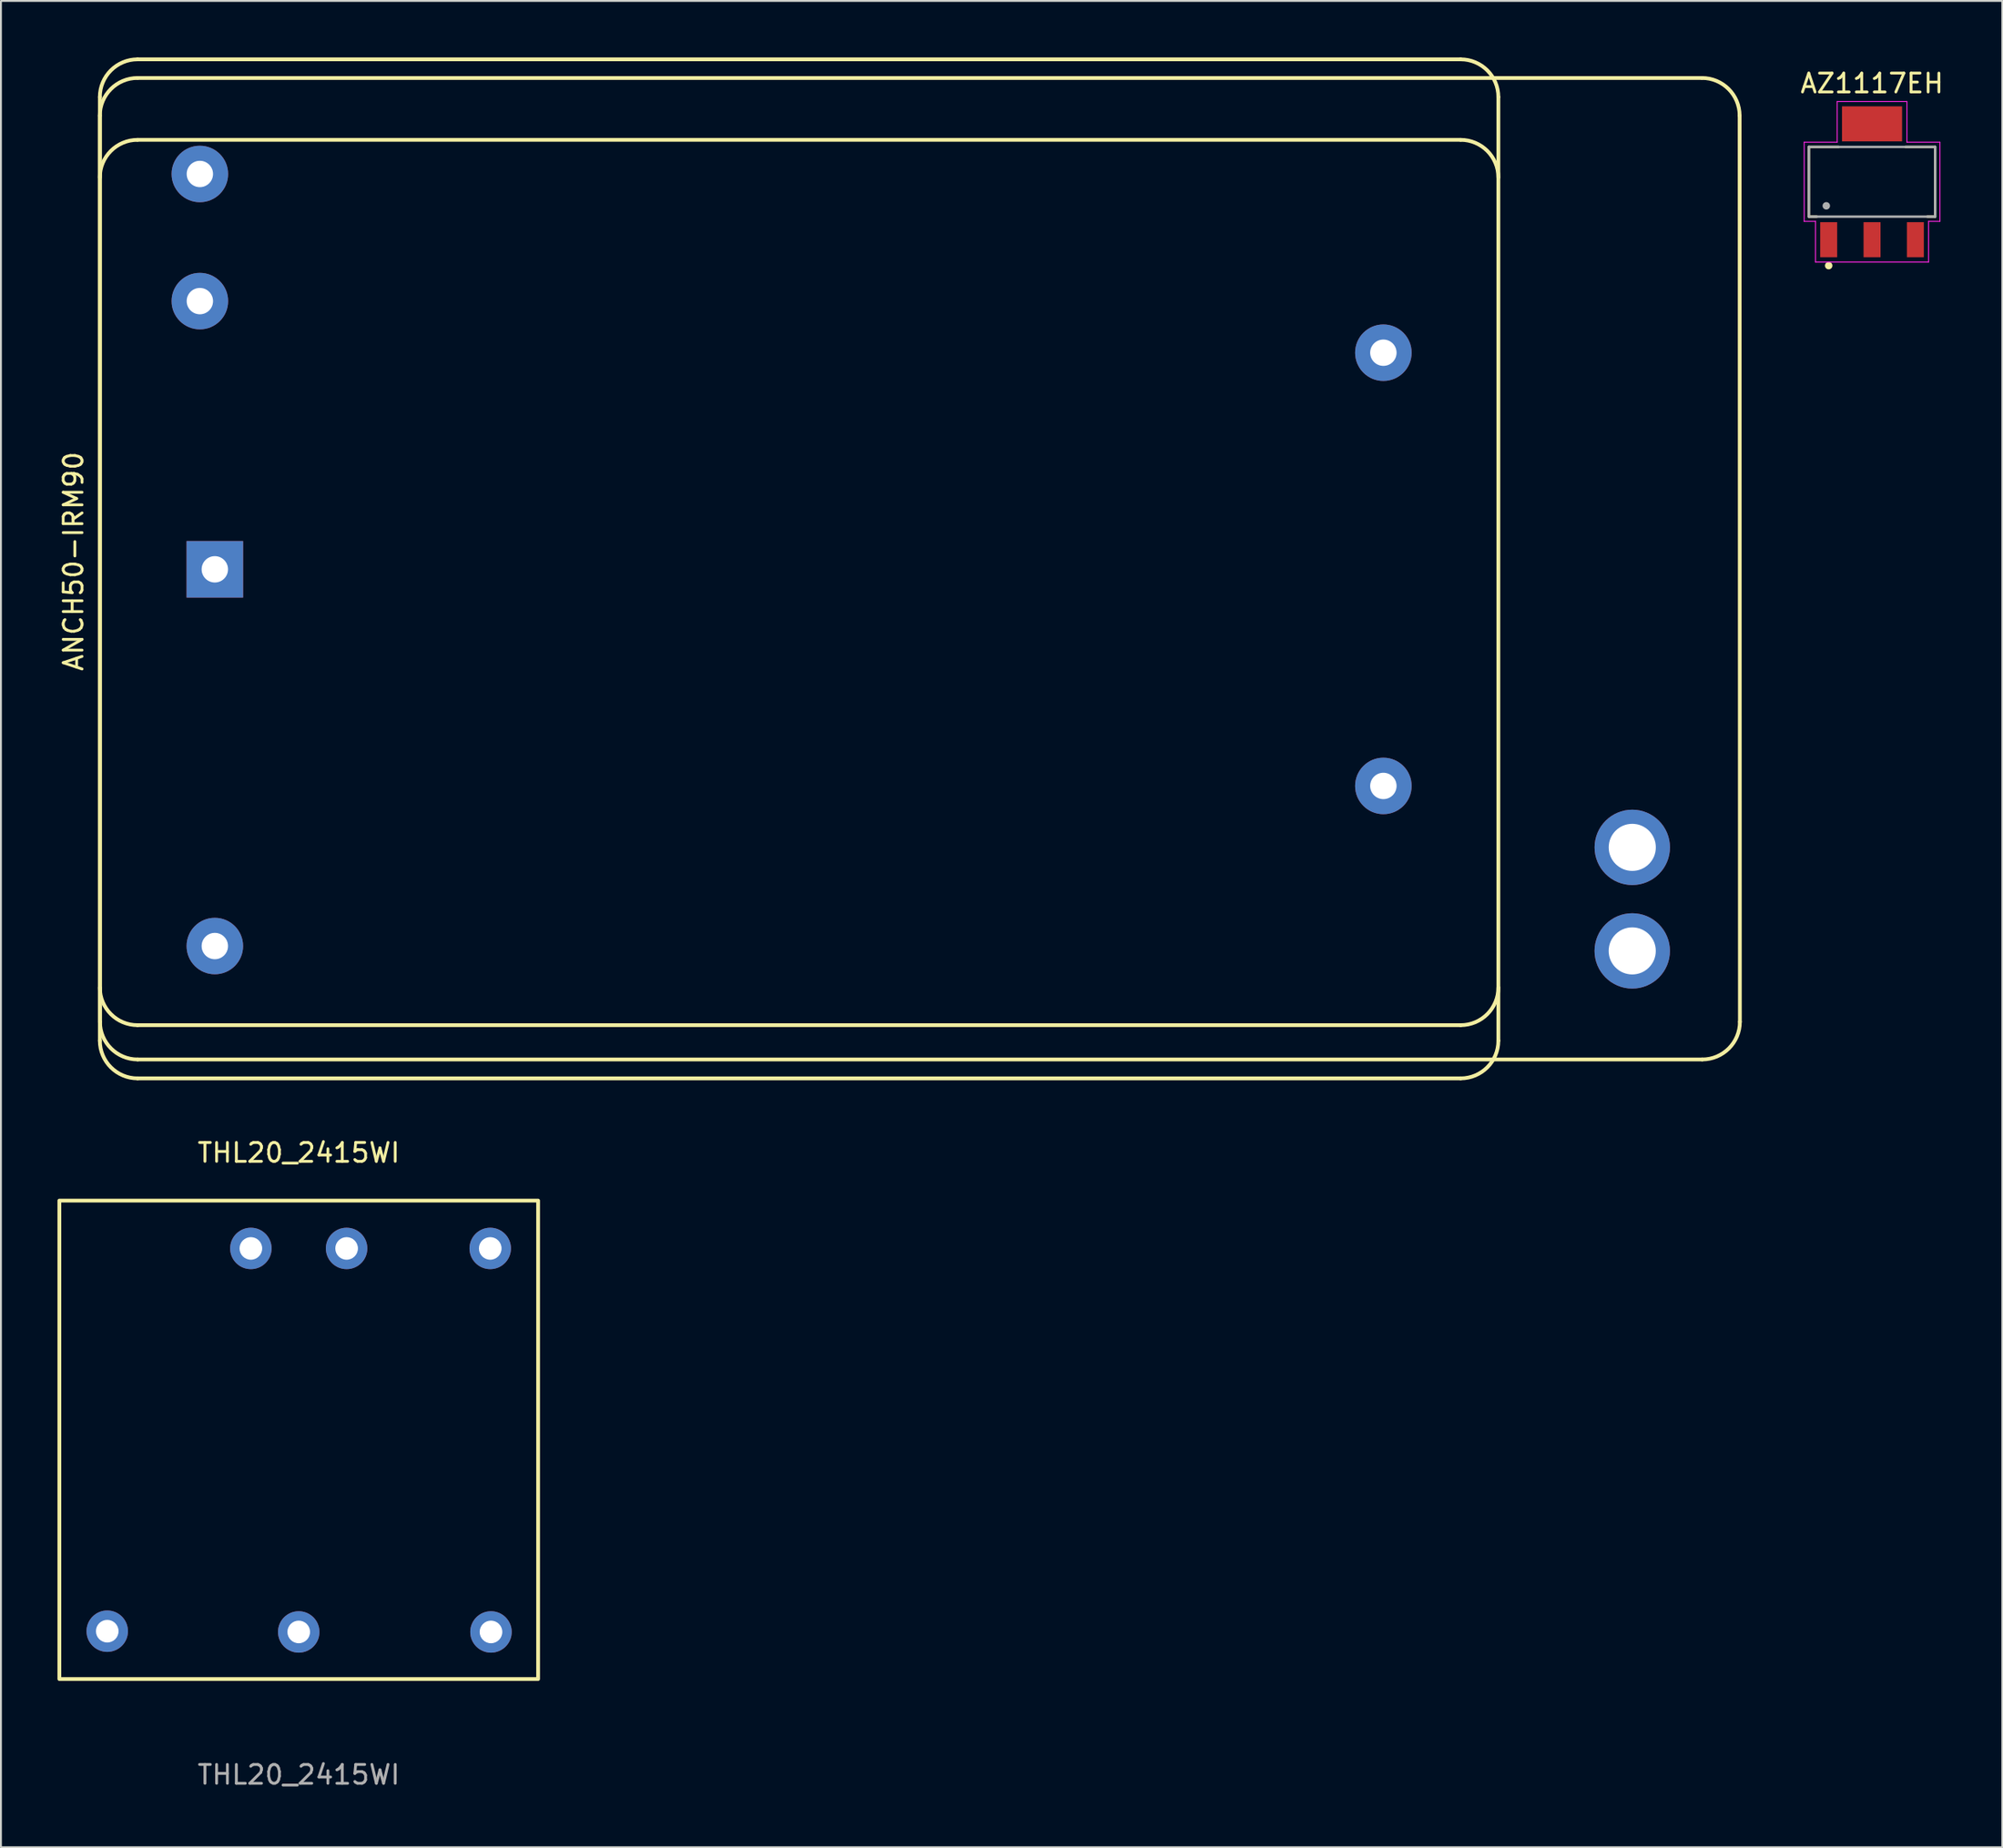
<source format=kicad_pcb>
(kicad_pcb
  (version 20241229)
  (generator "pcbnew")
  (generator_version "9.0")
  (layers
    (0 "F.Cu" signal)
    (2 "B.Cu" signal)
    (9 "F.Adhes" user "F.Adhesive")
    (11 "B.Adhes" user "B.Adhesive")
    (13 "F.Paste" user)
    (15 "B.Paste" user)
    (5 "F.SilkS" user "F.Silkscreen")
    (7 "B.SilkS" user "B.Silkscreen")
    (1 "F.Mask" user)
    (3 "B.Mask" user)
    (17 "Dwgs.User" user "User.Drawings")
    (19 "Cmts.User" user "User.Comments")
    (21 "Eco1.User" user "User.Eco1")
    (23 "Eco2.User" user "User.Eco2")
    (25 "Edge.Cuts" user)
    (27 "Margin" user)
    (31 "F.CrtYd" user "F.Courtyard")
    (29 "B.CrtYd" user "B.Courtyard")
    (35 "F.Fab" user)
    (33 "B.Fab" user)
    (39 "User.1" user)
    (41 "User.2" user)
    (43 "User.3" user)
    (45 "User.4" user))
  (footprint "ANCH50-IRM90"
    (layer "F.Cu")
    (at 1.248 53.2)
    (property "Reference" "ANCH50-IRM90" (at -0.4 -26.45 90) (unlocked yes) (layer "F.SilkS") (effects (font (size 1 1) (thickness 0.15))))
    (fp_line (start 1 -1) (end 1 -51.1) (stroke (width 0.2) (type solid)) (layer "F.SilkS"))
    (fp_line (start 1.006 -2.004) (end 1 -50.11) (stroke (width 0.2) (type solid)) (layer "F.SilkS"))
    (fp_line (start 3 -53.1) (end 73.2 -53.1) (stroke (width 0.2) (type solid)) (layer "F.SilkS"))
    (fp_line (start 3 -48.825) (end 73.2 -48.825) (stroke (width 0.2) (type solid)) (layer "F.SilkS"))
    (fp_line (start 3 -1.825) (end 73.2 -1.825) (stroke (width 0.2) (type solid)) (layer "F.SilkS"))
    (fp_line (start 3 1) (end 73.2 1) (stroke (width 0.2) (type solid)) (layer "F.SilkS"))
    (fp_line (start 3 -52.11) (end 86.002 -52.11) (stroke (width 0.2) (type solid)) (layer "F.SilkS"))
    (fp_line (start 3.006 -0.004) (end 86.016 -0.004) (stroke (width 0.2) (type solid)) (layer "F.SilkS"))
    (fp_line (start 75.2 -51.1) (end 75.2 -1) (stroke (width 0.2) (type solid)) (layer "F.SilkS"))
    (fp_line (start 88.016 -2.004) (end 88.002 -50.11) (stroke (width 0.2) (type solid)) (layer "F.SilkS"))
    (fp_arc (start 0.999997 -51.099999) (mid 1.585784 -52.514212) (end 2.999998 -53.099998) (stroke (width 0.2) (type solid)) (layer "F.SilkS"))
    (fp_arc (start 0.999997 -46.824999) (mid 1.585784 -48.239212) (end 2.999998 -48.824998) (stroke (width 0.2) (type solid)) (layer "F.SilkS"))
    (fp_arc (start 1 -50.110002) (mid 1.585787 -51.524215) (end 3.000001 -52.110001) (stroke (width 0.2) (type solid)) (layer "F.SilkS"))
    (fp_arc (start 2.999997 -1.824997) (mid 1.585784 -2.410784) (end 0.999998 -3.824998) (stroke (width 0.2) (type solid)) (layer "F.SilkS"))
    (fp_arc (start 2.999997 1.000003) (mid 1.585784 0.414216) (end 0.999998 -0.999998) (stroke (width 0.2) (type solid)) (layer "F.SilkS"))
    (fp_arc (start 3.005786 -0.004214) (mid 1.591573 -0.590001) (end 1.005787 -2.004215) (stroke (width 0.2) (type solid)) (layer "F.SilkS"))
    (fp_arc (start 73.199999 -53.099999) (mid 74.614212 -52.514212) (end 75.199998 -51.099998) (stroke (width 0.2) (type solid)) (layer "F.SilkS"))
    (fp_arc (start 73.199999 -48.824999) (mid 74.614212 -48.239212) (end 75.199998 -46.824998) (stroke (width 0.2) (type solid)) (layer "F.SilkS"))
    (fp_arc (start 75.199999 -3.824997) (mid 74.614212 -2.410784) (end 73.199998 -1.824998) (stroke (width 0.2) (type solid)) (layer "F.SilkS"))
    (fp_arc (start 75.199999 -0.999997) (mid 74.614212 0.414216) (end 73.199998 1.000002) (stroke (width 0.2) (type solid)) (layer "F.SilkS"))
    (fp_arc (start 86.001574 -52.110002) (mid 87.415787 -51.524215) (end 88.001573 -50.110001) (stroke (width 0.2) (type solid)) (layer "F.SilkS"))
    (fp_arc (start 88.015788 -2.004214) (mid 87.430001 -0.590001) (end 86.015787 -0.004215) (stroke (width 0.2) (type solid)) (layer "F.SilkS"))
    (pad "1" thru_hole circle (at 6.306 -47.014) (size 3 3) (drill 1.4) (layers "*.Cu" "*.Mask"))
    (pad "1" thru_hole rect (at 7.1 -26.025) (size 3 3) (drill 1.4) (layers "*.Cu" "*.Mask"))
    (pad "2" thru_hole circle (at 6.306 -40.264) (size 3 3) (drill 1.4) (layers "*.Cu" "*.Mask"))
    (pad "2" thru_hole circle (at 7.1 -6.025) (size 3 3) (drill 1.4) (layers "*.Cu" "*.Mask"))
    (pad "3" thru_hole circle (at 69.1 -37.525) (size 3 3) (drill 1.4) (layers "*.Cu" "*.Mask"))
    (pad "3" thru_hole circle (at 82.306 -11.264) (size 4 4) (drill 2.5) (layers "*.Cu" "*.Mask"))
    (pad "4" thru_hole circle (at 69.1 -14.525) (size 3 3) (drill 1.4) (layers "*.Cu" "*.Mask"))
    (pad "4" thru_hole circle (at 82.304 -5.767) (size 4 4) (drill 2.5) (layers "*.Cu" "*.Mask")))
  (footprint "AZ1117EH"
    (layer "F.Cu")
    (at 96.275 0.25)
    (property "Reference" "AZ1117EH" (at 0 1.126 0) (layer "F.SilkS") (effects (font (size 1 1) (thickness 0.15))))
    (attr through_hole)
    (fp_line (start -3.35 4.5) (end -1.778 4.5) (stroke (width 0.127) (type solid)) (layer "F.SilkS"))
    (fp_line (start -3.35 8.2) (end -3.35 4.5) (stroke (width 0.127) (type solid)) (layer "F.SilkS"))
    (fp_line (start -2.933 8.2) (end -3.35 8.2) (stroke (width 0.127) (type solid)) (layer "F.SilkS"))
    (fp_line (start 2.933 8.2) (end 3.35 8.2) (stroke (width 0.127) (type solid)) (layer "F.SilkS"))
    (fp_line (start 3.35 4.5) (end 1.778 4.5) (stroke (width 0.127) (type solid)) (layer "F.SilkS"))
    (fp_line (start 3.35 8.2) (end 3.35 4.5) (stroke (width 0.127) (type solid)) (layer "F.SilkS"))
    (fp_circle (center -2.3 10.802) (end -2.3 10.702) (stroke (width 0.2) (type solid)) (fill no) (layer "F.SilkS"))
    (fp_line (start -3.6 4.25) (end -3.6 8.45) (stroke (width 0.05) (type solid)) (layer "F.CrtYd"))
    (fp_line (start -3.6 8.45) (end -3 8.45) (stroke (width 0.05) (type solid)) (layer "F.CrtYd"))
    (fp_line (start -3 8.45) (end -3 10.61) (stroke (width 0.05) (type solid)) (layer "F.CrtYd"))
    (fp_line (start -3 10.61) (end 3 10.61) (stroke (width 0.05) (type solid)) (layer "F.CrtYd"))
    (fp_line (start -1.85 2.09) (end -1.85 4.25) (stroke (width 0.05) (type solid)) (layer "F.CrtYd"))
    (fp_line (start -1.85 4.25) (end -3.6 4.25) (stroke (width 0.05) (type solid)) (layer "F.CrtYd"))
    (fp_line (start 1.85 2.09) (end -1.85 2.09) (stroke (width 0.05) (type solid)) (layer "F.CrtYd"))
    (fp_line (start 1.85 4.25) (end 1.85 2.09) (stroke (width 0.05) (type solid)) (layer "F.CrtYd"))
    (fp_line (start 3 8.45) (end 3.6 8.45) (stroke (width 0.05) (type solid)) (layer "F.CrtYd"))
    (fp_line (start 3 10.61) (end 3 8.45) (stroke (width 0.05) (type solid)) (layer "F.CrtYd"))
    (fp_line (start 3.6 4.25) (end 1.85 4.25) (stroke (width 0.05) (type solid)) (layer "F.CrtYd"))
    (fp_line (start 3.6 8.45) (end 3.6 4.25) (stroke (width 0.05) (type solid)) (layer "F.CrtYd"))
    (fp_line (start -3.35 4.5) (end 3.35 4.5) (stroke (width 0.127) (type solid)) (layer "F.Fab"))
    (fp_line (start -3.35 8.2) (end -3.35 4.5) (stroke (width 0.127) (type solid)) (layer "F.Fab"))
    (fp_line (start 3.35 8.2) (end -3.35 8.2) (stroke (width 0.127) (type solid)) (layer "F.Fab"))
    (fp_line (start 3.35 8.2) (end 3.35 4.5) (stroke (width 0.127) (type solid)) (layer "F.Fab"))
    (fp_circle (center -2.427 7.627) (end -2.427 7.527) (stroke (width 0.2) (type solid)) (fill no) (layer "F.Fab"))
    (pad "1" smd rect (at -2.3 9.425 90) (size 1.86 0.9) (layers "F.Cu" "F.Mask" "F.Paste"))
    (pad "2" smd rect (at 0 3.275 90) (size 1.86 3.19) (layers "F.Cu" "F.Mask" "F.Paste"))
    (pad "2" smd rect (at 0 9.425 90) (size 1.86 0.9) (layers "F.Cu" "F.Mask" "F.Paste"))
    (pad "3" smd rect (at 2.3 9.425 90) (size 1.86 0.9) (layers "F.Cu" "F.Mask" "F.Paste")))
  (footprint "THL20_2415WI"
    (layer "F.Cu")
    (at 12.8 73.388)
    (property "Reference" "THL20_2415WI" (at 0 -15.24 0) (unlocked yes) (layer "F.SilkS") (effects (font (size 1 1) (thickness 0.15))))
    (attr smd)
    (fp_rect (start -12.7 -12.7) (end 12.7 12.7) (stroke (width 0.2) (type solid)) (fill no) (layer "F.SilkS"))
    (fp_text user "${REFERENCE}" (at 0 17.78 0) (unlocked yes) (layer "F.Fab") (effects (font (size 1 1) (thickness 0.15))))
    (pad "1" thru_hole circle (at -2.54 -10.16) (size 2.2 2.2) (drill 1.2) (layers "*.Cu" "*.Mask"))
    (pad "2" thru_hole circle (at 2.54 -10.16) (size 2.2 2.2) (drill 1.2) (layers "*.Cu" "*.Mask"))
    (pad "3" thru_hole circle (at -10.16 10.16) (size 2.2 2.2) (drill 1.2) (layers "*.Cu" "*.Mask"))
    (pad "4" thru_hole circle (at 0 10.2) (size 2.2 2.2) (drill 1.2) (layers "*.Cu" "*.Mask"))
    (pad "5" thru_hole circle (at 10.2 10.2) (size 2.2 2.2) (drill 1.2) (layers "*.Cu" "*.Mask"))
    (pad "6" thru_hole circle (at 10.16 -10.16) (size 2.2 2.2) (drill 1.2) (layers "*.Cu" "*.Mask")))
  (gr_rect
    (start -3 -3)
    (end 103.185 95.017)
    (stroke (width 0.1) (type default))
    (fill no)
    (layer "Edge.Cuts")))
</source>
